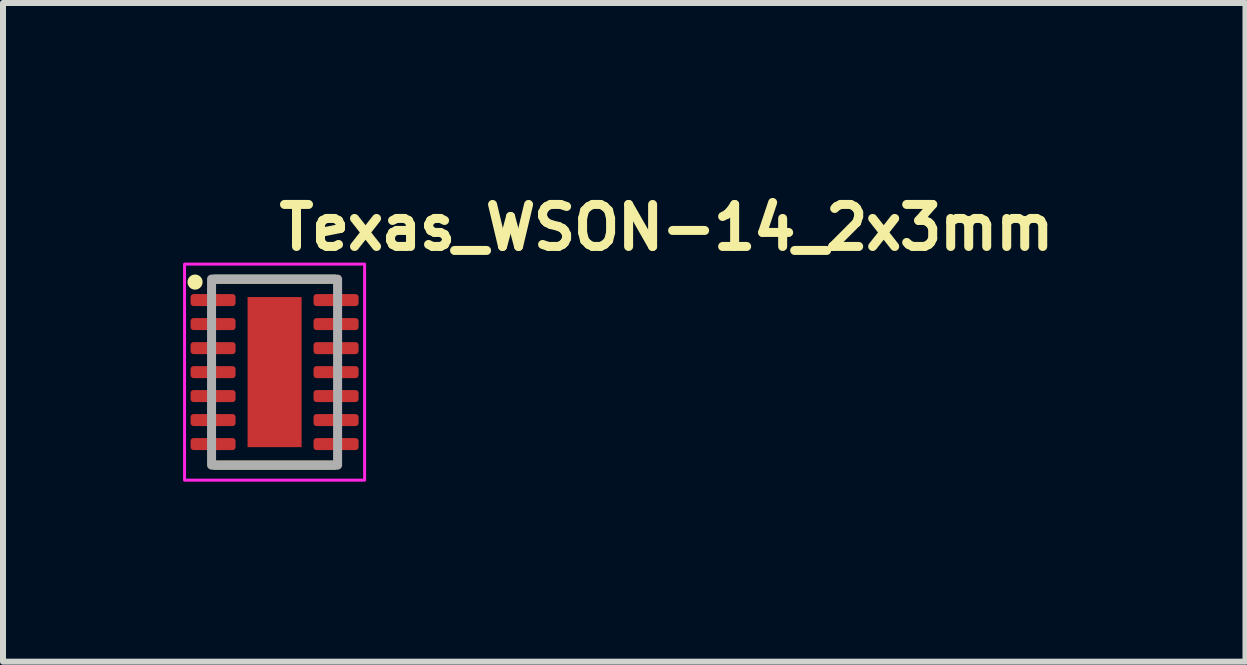
<source format=kicad_pcb>
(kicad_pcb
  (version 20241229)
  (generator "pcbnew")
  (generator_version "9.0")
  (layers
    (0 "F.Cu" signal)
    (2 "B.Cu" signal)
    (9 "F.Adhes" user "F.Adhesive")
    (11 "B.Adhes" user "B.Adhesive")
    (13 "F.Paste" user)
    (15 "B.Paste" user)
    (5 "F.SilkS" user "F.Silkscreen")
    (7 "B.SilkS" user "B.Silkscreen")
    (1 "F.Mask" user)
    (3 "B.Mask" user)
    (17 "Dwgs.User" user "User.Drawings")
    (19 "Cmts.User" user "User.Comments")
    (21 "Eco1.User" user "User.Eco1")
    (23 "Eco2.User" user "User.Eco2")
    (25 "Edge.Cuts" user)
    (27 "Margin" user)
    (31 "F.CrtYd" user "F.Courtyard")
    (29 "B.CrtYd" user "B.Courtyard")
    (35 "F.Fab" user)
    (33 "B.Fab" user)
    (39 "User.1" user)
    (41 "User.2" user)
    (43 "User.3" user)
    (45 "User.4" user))
  (footprint "Texas_WSON-14_2x3mm"
    (layer "F.Cu")
    (at 1.525 3.15)
    (property "Reference" "Texas_WSON-14_2x3mm" (at 0 -2 0) (unlocked yes) (layer "F.SilkS") (effects (font (size 0.7 0.7) (thickness 0.15)) (justify left bottom)))
    (attr smd)
    (fp_line (start -1 -1.549) (end 1 -1.549) (stroke (width 0.15) (type solid)) (layer "F.SilkS"))
    (fp_line (start -1 1.549) (end 1 1.549) (stroke (width 0.15) (type solid)) (layer "F.SilkS"))
    (fp_circle (center -1.325 -1.5) (end -1.274 -1.5) (stroke (width 0.15) (type solid)) (fill yes) (layer "F.SilkS"))
    (fp_rect (start -1.5 -1.8) (end 1.5 1.8) (stroke (width 0.05) (type solid)) (fill no) (layer "F.CrtYd"))
    (fp_rect (start -1.05 -1.55) (end 1.05 1.55) (stroke (width 0.15) (type solid)) (fill no) (layer "F.Fab"))
    (fp_line (start -1.05 -1.549) (end 1.05 -1.549) (stroke (width 0.1) (type solid)) (layer "User.1"))
    (fp_line (start -1.05 1.549) (end -1.05 -1.549) (stroke (width 0.1) (type solid)) (layer "User.1"))
    (fp_line (start -1.05 1.549) (end 1.05 1.549) (stroke (width 0.1) (type solid)) (layer "User.1"))
    (fp_line (start 1.05 1.549) (end 1.05 -1.549) (stroke (width 0.1) (type solid)) (layer "User.1"))
    (fp_rect (start -1.05 1.5) (end 1.05 -1.5) (stroke (width 0.1) (type solid)) (fill no) (layer "User.5"))
    (fp_line (start -1.05 -1.3) (end -1 -1.3) (stroke (width 0.02) (type solid)) (layer "User.9"))
    (fp_line (start -1.05 -1.1) (end -1.05 -1.3) (stroke (width 0.02) (type solid)) (layer "User.9"))
    (fp_line (start -1.05 -1.1) (end -1 -1.1) (stroke (width 0.02) (type solid)) (layer "User.9"))
    (fp_line (start -1.05 -0.9) (end -1 -0.9) (stroke (width 0.02) (type solid)) (layer "User.9"))
    (fp_line (start -1.05 -0.699) (end -1.05 -0.9) (stroke (width 0.02) (type solid)) (layer "User.9"))
    (fp_line (start -1.05 -0.699) (end -1 -0.699) (stroke (width 0.02) (type solid)) (layer "User.9"))
    (fp_line (start -1.05 -0.5) (end -1 -0.5) (stroke (width 0.02) (type solid)) (layer "User.9"))
    (fp_line (start -1.05 -0.3) (end -1.05 -0.5) (stroke (width 0.02) (type solid)) (layer "User.9"))
    (fp_line (start -1.05 -0.3) (end -1 -0.3) (stroke (width 0.02) (type solid)) (layer "User.9"))
    (fp_line (start -1.05 -0.1) (end -1 -0.1) (stroke (width 0.02) (type solid)) (layer "User.9"))
    (fp_line (start -1.05 0.1) (end -1.05 -0.1) (stroke (width 0.02) (type solid)) (layer "User.9"))
    (fp_line (start -1.05 0.1) (end -1 0.1) (stroke (width 0.02) (type solid)) (layer "User.9"))
    (fp_line (start -1.05 0.3) (end -1 0.3) (stroke (width 0.02) (type solid)) (layer "User.9"))
    (fp_line (start -1.05 0.5) (end -1.05 0.3) (stroke (width 0.02) (type solid)) (layer "User.9"))
    (fp_line (start -1.05 0.5) (end -1 0.5) (stroke (width 0.02) (type solid)) (layer "User.9"))
    (fp_line (start -1.05 0.699) (end -1 0.699) (stroke (width 0.02) (type solid)) (layer "User.9"))
    (fp_line (start -1.05 0.9) (end -1.05 0.699) (stroke (width 0.02) (type solid)) (layer "User.9"))
    (fp_line (start -1.05 0.9) (end -1 0.9) (stroke (width 0.02) (type solid)) (layer "User.9"))
    (fp_line (start -1.05 1.1) (end -1 1.1) (stroke (width 0.02) (type solid)) (layer "User.9"))
    (fp_line (start -1.05 1.3) (end -1.05 1.1) (stroke (width 0.02) (type solid)) (layer "User.9"))
    (fp_line (start -1.05 1.3) (end -1 1.3) (stroke (width 0.02) (type solid)) (layer "User.9"))
    (fp_line (start -1 -1.5) (end 1 -1.5) (stroke (width 0.02) (type solid)) (layer "User.9"))
    (fp_line (start -1 1.5) (end -1 -1.5) (stroke (width 0.02) (type solid)) (layer "User.9"))
    (fp_line (start -1 1.5) (end 1 1.5) (stroke (width 0.02) (type solid)) (layer "User.9"))
    (fp_line (start -0.875 -1.25) (end -0.875 -1.25) (stroke (width 0.02) (type solid)) (layer "User.9"))
    (fp_line (start -0.875 -1.25) (end -0.874 -1.243) (stroke (width 0.02) (type solid)) (layer "User.9"))
    (fp_line (start -0.874 -1.262) (end -0.874 -1.256) (stroke (width 0.02) (type solid)) (layer "User.9"))
    (fp_line (start -0.874 -1.256) (end -0.875 -1.25) (stroke (width 0.02) (type solid)) (layer "User.9"))
    (fp_line (start -0.874 -1.243) (end -0.874 -1.237) (stroke (width 0.02) (type solid)) (layer "User.9"))
    (fp_line (start -0.874 -1.237) (end -0.873 -1.23) (stroke (width 0.02) (type solid)) (layer "User.9"))
    (fp_line (start -0.873 -1.269) (end -0.874 -1.262) (stroke (width 0.02) (type solid)) (layer "User.9"))
    (fp_line (start -0.873 -1.23) (end -0.872 -1.224) (stroke (width 0.02) (type solid)) (layer "User.9"))
    (fp_line (start -0.872 -1.275) (end -0.873 -1.269) (stroke (width 0.02) (type solid)) (layer "User.9"))
    (fp_line (start -0.872 -1.224) (end -0.871 -1.218) (stroke (width 0.02) (type solid)) (layer "User.9"))
    (fp_line (start -0.871 -1.281) (end -0.872 -1.275) (stroke (width 0.02) (type solid)) (layer "User.9"))
    (fp_line (start -0.871 -1.218) (end -0.869 -1.212) (stroke (width 0.02) (type solid)) (layer "User.9"))
    (fp_line (start -0.869 -1.287) (end -0.871 -1.281) (stroke (width 0.02) (type solid)) (layer "User.9"))
    (fp_line (start -0.869 -1.212) (end -0.867 -1.207) (stroke (width 0.02) (type solid)) (layer "User.9"))
    (fp_line (start -0.867 -1.292) (end -0.869 -1.287) (stroke (width 0.02) (type solid)) (layer "User.9"))
    (fp_line (start -0.867 -1.207) (end -0.865 -1.201) (stroke (width 0.02) (type solid)) (layer "User.9"))
    (fp_line (start -0.865 -1.298) (end -0.867 -1.292) (stroke (width 0.02) (type solid)) (layer "User.9"))
    (fp_line (start -0.865 -1.201) (end -0.862 -1.195) (stroke (width 0.02) (type solid)) (layer "User.9"))
    (fp_line (start -0.862 -1.304) (end -0.865 -1.298) (stroke (width 0.02) (type solid)) (layer "User.9"))
    (fp_line (start -0.862 -1.195) (end -0.859 -1.19) (stroke (width 0.02) (type solid)) (layer "User.9"))
    (fp_line (start -0.859 -1.309) (end -0.862 -1.304) (stroke (width 0.02) (type solid)) (layer "User.9"))
    (fp_line (start -0.859 -1.19) (end -0.856 -1.185) (stroke (width 0.02) (type solid)) (layer "User.9"))
    (fp_line (start -0.856 -1.314) (end -0.859 -1.309) (stroke (width 0.02) (type solid)) (layer "User.9"))
    (fp_line (start -0.856 -1.185) (end -0.853 -1.18) (stroke (width 0.02) (type solid)) (layer "User.9"))
    (fp_line (start -0.853 -1.319) (end -0.856 -1.314) (stroke (width 0.02) (type solid)) (layer "User.9"))
    (fp_line (start -0.853 -1.18) (end -0.85 -1.175) (stroke (width 0.02) (type solid)) (layer "User.9"))
    (fp_line (start -0.85 -1.324) (end -0.853 -1.319) (stroke (width 0.02) (type solid)) (layer "User.9"))
    (fp_line (start -0.85 -1.175) (end -0.846 -1.17) (stroke (width 0.02) (type solid)) (layer "User.9"))
    (fp_line (start -0.846 -1.329) (end -0.85 -1.324) (stroke (width 0.02) (type solid)) (layer "User.9"))
    (fp_line (start -0.846 -1.17) (end -0.842 -1.165) (stroke (width 0.02) (type solid)) (layer "User.9"))
    (fp_line (start -0.842 -1.334) (end -0.846 -1.329) (stroke (width 0.02) (type solid)) (layer "User.9"))
    (fp_line (start -0.842 -1.165) (end -0.838 -1.161) (stroke (width 0.02) (type solid)) (layer "User.9"))
    (fp_line (start -0.838 -1.338) (end -0.842 -1.334) (stroke (width 0.02) (type solid)) (layer "User.9"))
    (fp_line (start -0.838 -1.161) (end -0.834 -1.157) (stroke (width 0.02) (type solid)) (layer "User.9"))
    (fp_line (start -0.834 -1.342) (end -0.838 -1.338) (stroke (width 0.02) (type solid)) (layer "User.9"))
    (fp_line (start -0.834 -1.157) (end -0.829 -1.153) (stroke (width 0.02) (type solid)) (layer "User.9"))
    (fp_line (start -0.829 -1.346) (end -0.834 -1.342) (stroke (width 0.02) (type solid)) (layer "User.9"))
    (fp_line (start -0.829 -1.153) (end -0.824 -1.149) (stroke (width 0.02) (type solid)) (layer "User.9"))
    (fp_line (start -0.824 -1.35) (end -0.829 -1.346) (stroke (width 0.02) (type solid)) (layer "User.9"))
    (fp_line (start -0.824 -1.149) (end -0.819 -1.146) (stroke (width 0.02) (type solid)) (layer "User.9"))
    (fp_line (start -0.819 -1.353) (end -0.824 -1.35) (stroke (width 0.02) (type solid)) (layer "User.9"))
    (fp_line (start -0.819 -1.146) (end -0.814 -1.143) (stroke (width 0.02) (type solid)) (layer "User.9"))
    (fp_line (start -0.814 -1.356) (end -0.819 -1.353) (stroke (width 0.02) (type solid)) (layer "User.9"))
    (fp_line (start -0.814 -1.143) (end -0.809 -1.14) (stroke (width 0.02) (type solid)) (layer "User.9"))
    (fp_line (start -0.809 -1.359) (end -0.814 -1.356) (stroke (width 0.02) (type solid)) (layer "User.9"))
    (fp_line (start -0.809 -1.14) (end -0.804 -1.137) (stroke (width 0.02) (type solid)) (layer "User.9"))
    (fp_line (start -0.804 -1.362) (end -0.809 -1.359) (stroke (width 0.02) (type solid)) (layer "User.9"))
    (fp_line (start -0.804 -1.137) (end -0.798 -1.134) (stroke (width 0.02) (type solid)) (layer "User.9"))
    (fp_line (start -0.798 -1.365) (end -0.804 -1.362) (stroke (width 0.02) (type solid)) (layer "User.9"))
    (fp_line (start -0.798 -1.134) (end -0.792 -1.132) (stroke (width 0.02) (type solid)) (layer "User.9"))
    (fp_line (start -0.792 -1.367) (end -0.798 -1.365) (stroke (width 0.02) (type solid)) (layer "User.9"))
    (fp_line (start -0.792 -1.132) (end -0.787 -1.13) (stroke (width 0.02) (type solid)) (layer "User.9"))
    (fp_line (start -0.787 -1.369) (end -0.792 -1.367) (stroke (width 0.02) (type solid)) (layer "User.9"))
    (fp_line (start -0.787 -1.13) (end -0.781 -1.128) (stroke (width 0.02) (type solid)) (layer "User.9"))
    (fp_line (start -0.781 -1.371) (end -0.787 -1.369) (stroke (width 0.02) (type solid)) (layer "User.9"))
    (fp_line (start -0.781 -1.128) (end -0.775 -1.127) (stroke (width 0.02) (type solid)) (layer "User.9"))
    (fp_line (start -0.775 -1.372) (end -0.781 -1.371) (stroke (width 0.02) (type solid)) (layer "User.9"))
    (fp_line (start -0.775 -1.127) (end -0.769 -1.126) (stroke (width 0.02) (type solid)) (layer "User.9"))
    (fp_line (start -0.769 -1.373) (end -0.775 -1.372) (stroke (width 0.02) (type solid)) (layer "User.9"))
    (fp_line (start -0.769 -1.126) (end -0.762 -1.125) (stroke (width 0.02) (type solid)) (layer "User.9"))
    (fp_line (start -0.762 -1.374) (end -0.769 -1.373) (stroke (width 0.02) (type solid)) (layer "User.9"))
    (fp_line (start -0.762 -1.125) (end -0.756 -1.125) (stroke (width 0.02) (type solid)) (layer "User.9"))
    (fp_line (start -0.756 -1.374) (end -0.762 -1.374) (stroke (width 0.02) (type solid)) (layer "User.9"))
    (fp_line (start -0.756 -1.125) (end -0.75 -1.125) (stroke (width 0.02) (type solid)) (layer "User.9"))
    (fp_line (start -0.75 -1.375) (end -0.756 -1.374) (stroke (width 0.02) (type solid)) (layer "User.9"))
    (fp_line (start -0.75 -1.375) (end -0.75 -1.375) (stroke (width 0.02) (type solid)) (layer "User.9"))
    (fp_line (start -0.75 -1.375) (end -0.75 -1.375) (stroke (width 0.02) (type solid)) (layer "User.9"))
    (fp_line (start -0.75 -1.125) (end -0.75 -1.125) (stroke (width 0.02) (type solid)) (layer "User.9"))
    (fp_line (start -0.75 -1.125) (end -0.743 -1.125) (stroke (width 0.02) (type solid)) (layer "User.9"))
    (fp_line (start -0.743 -1.374) (end -0.75 -1.375) (stroke (width 0.02) (type solid)) (layer "User.9"))
    (fp_line (start -0.743 -1.125) (end -0.737 -1.125) (stroke (width 0.02) (type solid)) (layer "User.9"))
    (fp_line (start -0.737 -1.374) (end -0.743 -1.374) (stroke (width 0.02) (type solid)) (layer "User.9"))
    (fp_line (start -0.737 -1.125) (end -0.73 -1.126) (stroke (width 0.02) (type solid)) (layer "User.9"))
    (fp_line (start -0.73 -1.373) (end -0.737 -1.374) (stroke (width 0.02) (type solid)) (layer "User.9"))
    (fp_line (start -0.73 -1.126) (end -0.724 -1.127) (stroke (width 0.02) (type solid)) (layer "User.9"))
    (fp_line (start -0.724 -1.372) (end -0.73 -1.373) (stroke (width 0.02) (type solid)) (layer "User.9"))
    (fp_line (start -0.724 -1.127) (end -0.718 -1.128) (stroke (width 0.02) (type solid)) (layer "User.9"))
    (fp_line (start -0.718 -1.371) (end -0.724 -1.372) (stroke (width 0.02) (type solid)) (layer "User.9"))
    (fp_line (start -0.718 -1.128) (end -0.712 -1.13) (stroke (width 0.02) (type solid)) (layer "User.9"))
    (fp_line (start -0.712 -1.369) (end -0.718 -1.371) (stroke (width 0.02) (type solid)) (layer "User.9"))
    (fp_line (start -0.712 -1.13) (end -0.707 -1.132) (stroke (width 0.02) (type solid)) (layer "User.9"))
    (fp_line (start -0.707 -1.367) (end -0.712 -1.369) (stroke (width 0.02) (type solid)) (layer "User.9"))
    (fp_line (start -0.707 -1.132) (end -0.701 -1.134) (stroke (width 0.02) (type solid)) (layer "User.9"))
    (fp_line (start -0.701 -1.365) (end -0.707 -1.367) (stroke (width 0.02) (type solid)) (layer "User.9"))
    (fp_line (start -0.701 -1.134) (end -0.695 -1.137) (stroke (width 0.02) (type solid)) (layer "User.9"))
    (fp_line (start -0.695 -1.362) (end -0.701 -1.365) (stroke (width 0.02) (type solid)) (layer "User.9"))
    (fp_line (start -0.695 -1.137) (end -0.69 -1.14) (stroke (width 0.02) (type solid)) (layer "User.9"))
    (fp_line (start -0.69 -1.359) (end -0.695 -1.362) (stroke (width 0.02) (type solid)) (layer "User.9"))
    (fp_line (start -0.69 -1.14) (end -0.685 -1.143) (stroke (width 0.02) (type solid)) (layer "User.9"))
    (fp_line (start -0.685 -1.356) (end -0.69 -1.359) (stroke (width 0.02) (type solid)) (layer "User.9"))
    (fp_line (start -0.685 -1.143) (end -0.68 -1.146) (stroke (width 0.02) (type solid)) (layer "User.9"))
    (fp_line (start -0.68 -1.353) (end -0.685 -1.356) (stroke (width 0.02) (type solid)) (layer "User.9"))
    (fp_line (start -0.68 -1.146) (end -0.675 -1.149) (stroke (width 0.02) (type solid)) (layer "User.9"))
    (fp_line (start -0.675 -1.35) (end -0.68 -1.353) (stroke (width 0.02) (type solid)) (layer "User.9"))
    (fp_line (start -0.675 -1.149) (end -0.67 -1.153) (stroke (width 0.02) (type solid)) (layer "User.9"))
    (fp_line (start -0.67 -1.346) (end -0.675 -1.35) (stroke (width 0.02) (type solid)) (layer "User.9"))
    (fp_line (start -0.67 -1.153) (end -0.665 -1.157) (stroke (width 0.02) (type solid)) (layer "User.9"))
    (fp_line (start -0.665 -1.342) (end -0.67 -1.346) (stroke (width 0.02) (type solid)) (layer "User.9"))
    (fp_line (start -0.665 -1.157) (end -0.661 -1.161) (stroke (width 0.02) (type solid)) (layer "User.9"))
    (fp_line (start -0.661 -1.338) (end -0.665 -1.342) (stroke (width 0.02) (type solid)) (layer "User.9"))
    (fp_line (start -0.661 -1.161) (end -0.657 -1.165) (stroke (width 0.02) (type solid)) (layer "User.9"))
    (fp_line (start -0.657 -1.334) (end -0.661 -1.338) (stroke (width 0.02) (type solid)) (layer "User.9"))
    (fp_line (start -0.657 -1.165) (end -0.653 -1.17) (stroke (width 0.02) (type solid)) (layer "User.9"))
    (fp_line (start -0.653 -1.329) (end -0.657 -1.334) (stroke (width 0.02) (type solid)) (layer "User.9"))
    (fp_line (start -0.653 -1.17) (end -0.649 -1.175) (stroke (width 0.02) (type solid)) (layer "User.9"))
    (fp_line (start -0.649 -1.324) (end -0.653 -1.329) (stroke (width 0.02) (type solid)) (layer "User.9"))
    (fp_line (start -0.649 -1.175) (end -0.646 -1.18) (stroke (width 0.02) (type solid)) (layer "User.9"))
    (fp_line (start -0.646 -1.319) (end -0.649 -1.324) (stroke (width 0.02) (type solid)) (layer "User.9"))
    (fp_line (start -0.646 -1.18) (end -0.643 -1.185) (stroke (width 0.02) (type solid)) (layer "User.9"))
    (fp_line (start -0.643 -1.314) (end -0.646 -1.319) (stroke (width 0.02) (type solid)) (layer "User.9"))
    (fp_line (start -0.643 -1.185) (end -0.64 -1.19) (stroke (width 0.02) (type solid)) (layer "User.9"))
    (fp_line (start -0.64 -1.309) (end -0.643 -1.314) (stroke (width 0.02) (type solid)) (layer "User.9"))
    (fp_line (start -0.64 -1.19) (end -0.637 -1.195) (stroke (width 0.02) (type solid)) (layer "User.9"))
    (fp_line (start -0.637 -1.304) (end -0.64 -1.309) (stroke (width 0.02) (type solid)) (layer "User.9"))
    (fp_line (start -0.637 -1.195) (end -0.634 -1.201) (stroke (width 0.02) (type solid)) (layer "User.9"))
    (fp_line (start -0.634 -1.298) (end -0.637 -1.304) (stroke (width 0.02) (type solid)) (layer "User.9"))
    (fp_line (start -0.634 -1.201) (end -0.632 -1.207) (stroke (width 0.02) (type solid)) (layer "User.9"))
    (fp_line (start -0.632 -1.292) (end -0.634 -1.298) (stroke (width 0.02) (type solid)) (layer "User.9"))
    (fp_line (start -0.632 -1.207) (end -0.63 -1.212) (stroke (width 0.02) (type solid)) (layer "User.9"))
    (fp_line (start -0.63 -1.287) (end -0.632 -1.292) (stroke (width 0.02) (type solid)) (layer "User.9"))
    (fp_line (start -0.63 -1.212) (end -0.628 -1.218) (stroke (width 0.02) (type solid)) (layer "User.9"))
    (fp_line (start -0.628 -1.281) (end -0.63 -1.287) (stroke (width 0.02) (type solid)) (layer "User.9"))
    (fp_line (start -0.628 -1.218) (end -0.627 -1.224) (stroke (width 0.02) (type solid)) (layer "User.9"))
    (fp_line (start -0.627 -1.275) (end -0.628 -1.281) (stroke (width 0.02) (type solid)) (layer "User.9"))
    (fp_line (start -0.627 -1.224) (end -0.626 -1.23) (stroke (width 0.02) (type solid)) (layer "User.9"))
    (fp_line (start -0.626 -1.269) (end -0.627 -1.275) (stroke (width 0.02) (type solid)) (layer "User.9"))
    (fp_line (start -0.626 -1.23) (end -0.625 -1.237) (stroke (width 0.02) (type solid)) (layer "User.9"))
    (fp_line (start -0.625 -1.262) (end -0.626 -1.269) (stroke (width 0.02) (type solid)) (layer "User.9"))
    (fp_line (start -0.625 -1.256) (end -0.625 -1.262) (stroke (width 0.02) (type solid)) (layer "User.9"))
    (fp_line (start -0.625 -1.25) (end -0.625 -1.256) (stroke (width 0.02) (type solid)) (layer "User.9"))
    (fp_line (start -0.625 -1.25) (end -0.625 -1.25) (stroke (width 0.02) (type solid)) (layer "User.9"))
    (fp_line (start -0.625 -1.243) (end -0.625 -1.25) (stroke (width 0.02) (type solid)) (layer "User.9"))
    (fp_line (start -0.625 -1.237) (end -0.625 -1.243) (stroke (width 0.02) (type solid)) (layer "User.9"))
    (fp_line (start 1 -1.3) (end 1.05 -1.3) (stroke (width 0.02) (type solid)) (layer "User.9"))
    (fp_line (start 1 -1.1) (end 1.05 -1.1) (stroke (width 0.02) (type solid)) (layer "User.9"))
    (fp_line (start 1 -0.9) (end 1.05 -0.9) (stroke (width 0.02) (type solid)) (layer "User.9"))
    (fp_line (start 1 -0.699) (end 1.05 -0.699) (stroke (width 0.02) (type solid)) (layer "User.9"))
    (fp_line (start 1 -0.5) (end 1.05 -0.5) (stroke (width 0.02) (type solid)) (layer "User.9"))
    (fp_line (start 1 -0.3) (end 1.05 -0.3) (stroke (width 0.02) (type solid)) (layer "User.9"))
    (fp_line (start 1 -0.1) (end 1.05 -0.1) (stroke (width 0.02) (type solid)) (layer "User.9"))
    (fp_line (start 1 0.1) (end 1.05 0.1) (stroke (width 0.02) (type solid)) (layer "User.9"))
    (fp_line (start 1 0.3) (end 1.05 0.3) (stroke (width 0.02) (type solid)) (layer "User.9"))
    (fp_line (start 1 0.5) (end 1.05 0.5) (stroke (width 0.02) (type solid)) (layer "User.9"))
    (fp_line (start 1 0.699) (end 1.05 0.699) (stroke (width 0.02) (type solid)) (layer "User.9"))
    (fp_line (start 1 0.9) (end 1.05 0.9) (stroke (width 0.02) (type solid)) (layer "User.9"))
    (fp_line (start 1 1.1) (end 1.05 1.1) (stroke (width 0.02) (type solid)) (layer "User.9"))
    (fp_line (start 1 1.3) (end 1.05 1.3) (stroke (width 0.02) (type solid)) (layer "User.9"))
    (fp_line (start 1 1.5) (end 1 -1.5) (stroke (width 0.02) (type solid)) (layer "User.9"))
    (fp_line (start 1.05 -1.1) (end 1.05 -1.3) (stroke (width 0.02) (type solid)) (layer "User.9"))
    (fp_line (start 1.05 -0.699) (end 1.05 -0.9) (stroke (width 0.02) (type solid)) (layer "User.9"))
    (fp_line (start 1.05 -0.3) (end 1.05 -0.5) (stroke (width 0.02) (type solid)) (layer "User.9"))
    (fp_line (start 1.05 0.1) (end 1.05 -0.1) (stroke (width 0.02) (type solid)) (layer "User.9"))
    (fp_line (start 1.05 0.5) (end 1.05 0.3) (stroke (width 0.02) (type solid)) (layer "User.9"))
    (fp_line (start 1.05 0.9) (end 1.05 0.699) (stroke (width 0.02) (type solid)) (layer "User.9"))
    (fp_line (start 1.05 1.3) (end 1.05 1.1) (stroke (width 0.02) (type solid)) (layer "User.9"))
    (pad "1" smd roundrect (at -1.025 -1.2 270) (size 0.2 0.75) (layers "F.Cu" "F.Mask" "F.Paste") (roundrect_rratio 0.25))
    (pad "2" smd roundrect (at -1.025 -0.8 270) (size 0.2 0.75) (layers "F.Cu" "F.Mask" "F.Paste") (roundrect_rratio 0.25))
    (pad "3" smd roundrect (at -1.025 -0.4 270) (size 0.2 0.75) (layers "F.Cu" "F.Mask" "F.Paste") (roundrect_rratio 0.25))
    (pad "4" smd roundrect (at -1.025 0 270) (size 0.2 0.75) (layers "F.Cu" "F.Mask" "F.Paste") (roundrect_rratio 0.25))
    (pad "5" smd roundrect (at -1.025 0.399 270) (size 0.2 0.75) (layers "F.Cu" "F.Mask" "F.Paste") (roundrect_rratio 0.25))
    (pad "6" smd roundrect (at -1.025 0.799 270) (size 0.2 0.75) (layers "F.Cu" "F.Mask" "F.Paste") (roundrect_rratio 0.25))
    (pad "7" smd roundrect (at -1.025 1.199 270) (size 0.2 0.75) (layers "F.Cu" "F.Mask" "F.Paste") (roundrect_rratio 0.25))
    (pad "8" smd roundrect (at 1.024 1.199 270) (size 0.2 0.75) (layers "F.Cu" "F.Mask" "F.Paste") (roundrect_rratio 0.25))
    (pad "9" smd roundrect (at 1.024 0.799 270) (size 0.2 0.75) (layers "F.Cu" "F.Mask" "F.Paste") (roundrect_rratio 0.25))
    (pad "10" smd roundrect (at 1.024 0.399 270) (size 0.2 0.75) (layers "F.Cu" "F.Mask" "F.Paste") (roundrect_rratio 0.25))
    (pad "11" smd roundrect (at 1.024 0 270) (size 0.2 0.75) (layers "F.Cu" "F.Mask" "F.Paste") (roundrect_rratio 0.25))
    (pad "12" smd roundrect (at 1.024 -0.4 270) (size 0.2 0.75) (layers "F.Cu" "F.Mask" "F.Paste") (roundrect_rratio 0.25))
    (pad "13" smd roundrect (at 1.024 -0.8 270) (size 0.2 0.75) (layers "F.Cu" "F.Mask" "F.Paste") (roundrect_rratio 0.25))
    (pad "14" smd roundrect (at 1.024 -1.2 270) (size 0.2 0.75) (layers "F.Cu" "F.Mask" "F.Paste") (roundrect_rratio 0.25))
    (pad "EP" smd rect (at 0 0 270) (size 2.5 0.9) (layers "F.Cu" "F.Mask" "F.Paste")))
  (gr_rect
    (start -3 -3)
    (end 17.702 7.975)
    (stroke (width 0.1) (type default))
    (fill no)
    (layer "Edge.Cuts")))
</source>
